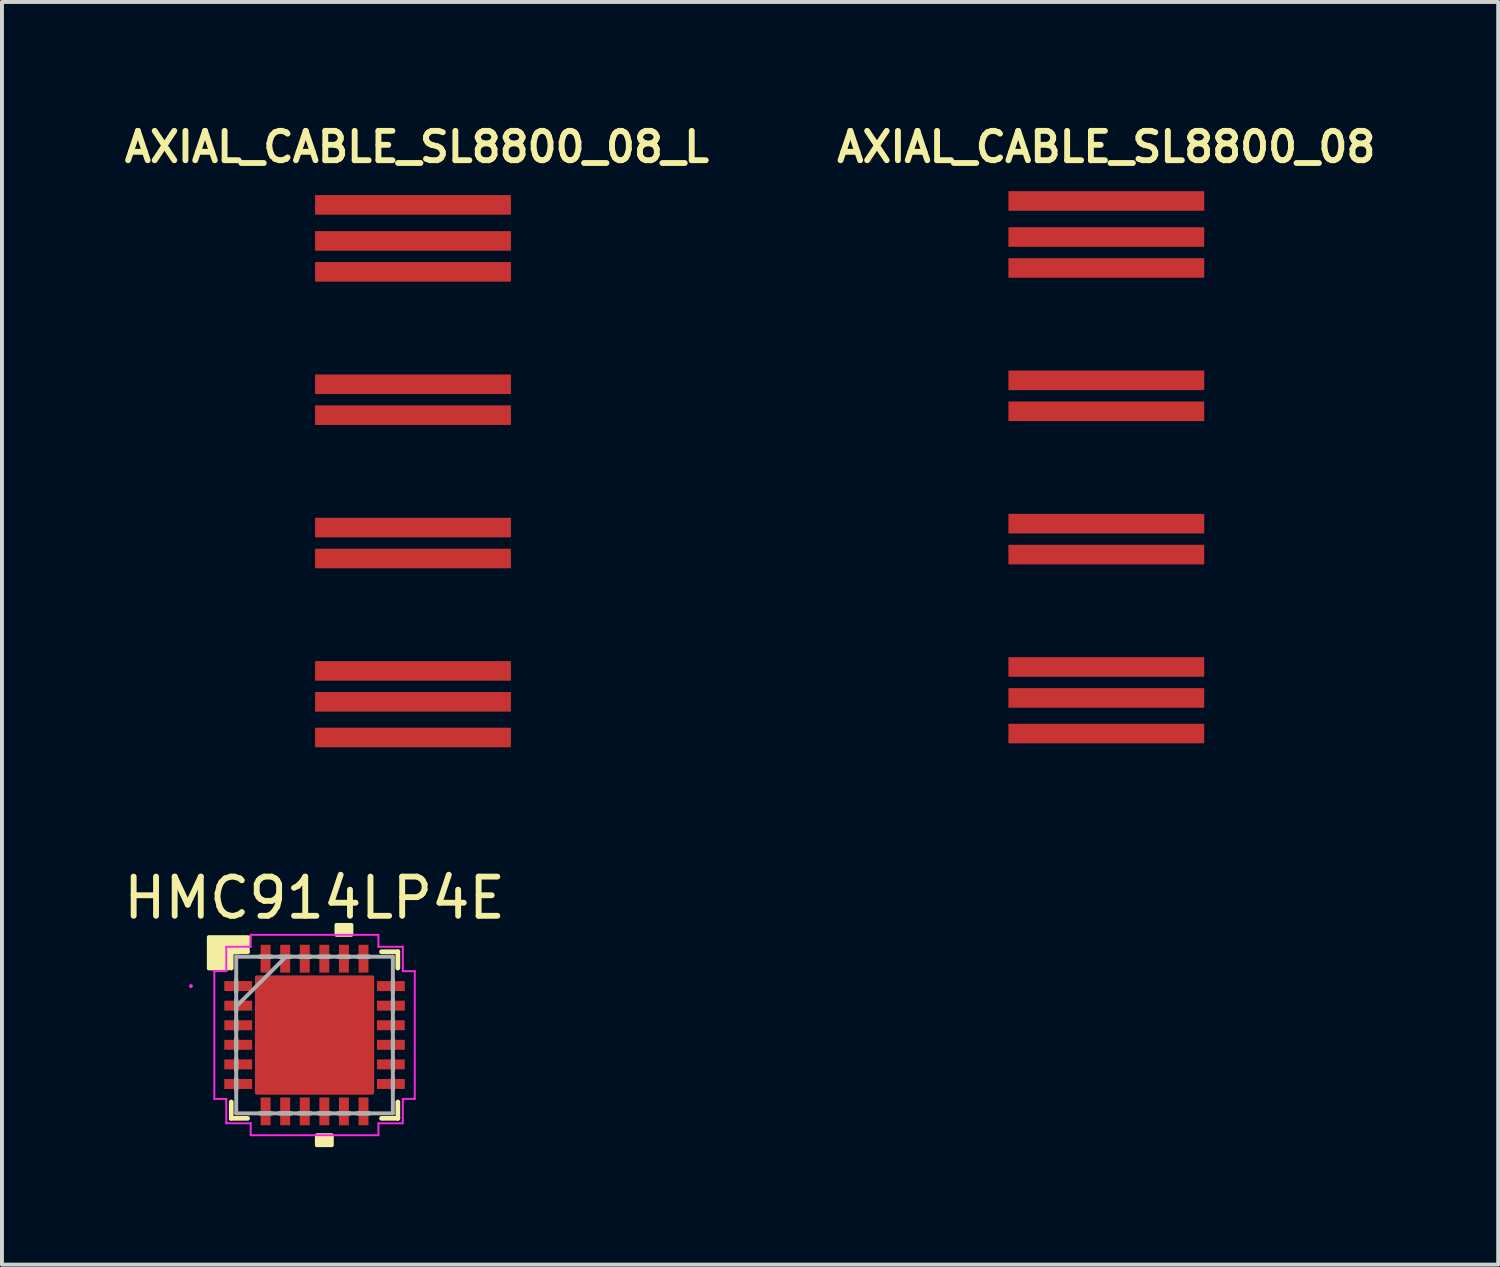
<source format=kicad_pcb>
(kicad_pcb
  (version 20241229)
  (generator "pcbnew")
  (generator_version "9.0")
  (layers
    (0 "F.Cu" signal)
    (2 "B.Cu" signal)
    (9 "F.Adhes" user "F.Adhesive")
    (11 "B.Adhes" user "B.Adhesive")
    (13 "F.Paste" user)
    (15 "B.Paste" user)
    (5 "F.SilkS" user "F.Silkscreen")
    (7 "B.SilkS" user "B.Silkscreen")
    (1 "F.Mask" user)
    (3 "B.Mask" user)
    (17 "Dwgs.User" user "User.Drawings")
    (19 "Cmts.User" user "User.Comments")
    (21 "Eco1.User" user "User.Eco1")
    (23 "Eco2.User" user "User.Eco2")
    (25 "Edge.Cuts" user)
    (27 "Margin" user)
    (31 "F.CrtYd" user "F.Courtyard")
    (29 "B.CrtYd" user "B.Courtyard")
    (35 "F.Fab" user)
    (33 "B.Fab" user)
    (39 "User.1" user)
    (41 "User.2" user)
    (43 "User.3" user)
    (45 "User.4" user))
  (footprint "AXIAL_CABLE_SL8800_08"
    (layer "F.Cu")
    (at 25.2 3.002)
    (property "Reference" "AXIAL_CABLE_SL8800_08" (at 0 -2.3 0) (layer "F.SilkS") (effects (font (size 0.75 0.75) (thickness 0.15))))
    (attr through_hole)
    (pad "1" smd rect (at 0 0 270) (size 0.5 5) (layers "F.Cu" "F.Mask" "F.Paste"))
    (pad "2" smd rect (at 0 0.79 270) (size 0.5 5) (layers "F.Cu" "F.Mask" "F.Paste"))
    (pad "3" smd rect (at 0 3.66 270) (size 0.5 5) (layers "F.Cu" "F.Mask" "F.Paste"))
    (pad "4" smd rect (at 0 4.45 270) (size 0.5 5) (layers "F.Cu" "F.Mask" "F.Paste"))
    (pad "5" smd rect (at 0 7.32 270) (size 0.5 5) (layers "F.Cu" "F.Mask" "F.Paste"))
    (pad "6" smd rect (at 0 8.11 270) (size 0.5 5) (layers "F.Cu" "F.Mask" "F.Paste"))
    (pad "7" smd rect (at 0 10.98 270) (size 0.5 5) (layers "F.Cu" "F.Mask" "F.Paste"))
    (pad "8" smd rect (at 0 11.77 270) (size 0.5 5) (layers "F.Cu" "F.Mask" "F.Paste"))
    (pad "M" smd rect (at 0 -0.92 270) (size 0.5 5) (layers "F.Cu" "F.Mask" "F.Paste"))
    (pad "M" smd rect (at 0 12.68 270) (size 0.5 5) (layers "F.Cu" "F.Mask" "F.Paste")))
  (footprint "AXIAL_CABLE_SL8800_08_L"
    (layer "F.Cu")
    (at 7.496 3.102)
    (property "Reference" "AXIAL_CABLE_SL8800_08_L" (at 0.1 -2.4 0) (layer "F.SilkS") (effects (font (size 0.75 0.75) (thickness 0.15))))
    (attr through_hole)
    (pad "1" smd rect (at 0 0 270) (size 0.5 5) (layers "F.Cu" "F.Mask" "F.Paste"))
    (pad "2" smd rect (at 0 0.79 270) (size 0.5 5) (layers "F.Cu" "F.Mask" "F.Paste"))
    (pad "3" smd rect (at 0 3.66 270) (size 0.5 5) (layers "F.Cu" "F.Mask" "F.Paste"))
    (pad "4" smd rect (at 0 4.45 270) (size 0.5 5) (layers "F.Cu" "F.Mask" "F.Paste"))
    (pad "5" smd rect (at 0 7.32 270) (size 0.5 5) (layers "F.Cu" "F.Mask" "F.Paste"))
    (pad "6" smd rect (at 0 8.11 270) (size 0.5 5) (layers "F.Cu" "F.Mask" "F.Paste"))
    (pad "7" smd rect (at 0 10.98 270) (size 0.5 5) (layers "F.Cu" "F.Mask" "F.Paste"))
    (pad "8" smd rect (at 0 11.77 270) (size 0.5 5) (layers "F.Cu" "F.Mask" "F.Paste"))
    (pad "M1" smd rect (at 0 -0.92 270) (size 0.5 5) (layers "F.Cu" "F.Mask" "F.Paste"))
    (pad "M2" smd rect (at 0 12.68 270) (size 0.5 5) (layers "F.Cu" "F.Mask" "F.Paste")))
  (footprint "HMC914LP4E"
    (layer "F.Cu")
    (at 4.982 23.38)
    (property "Reference" "HMC914LP4E" (at 0 -3.5 0) (layer "F.SilkS") (effects (font (size 1 1) (thickness 0.15))))
    (attr through_hole)
    (fp_poly (pts (xy -1.473 -1.473) (xy 1.473 -1.473) (xy 1.473 1.473) (xy -1.473 1.473)) (stroke (width 0.1) (type solid)) (fill yes) (layer "F.Cu"))
    (fp_poly (pts (xy -1.473 -1.473) (xy 1.473 -1.473) (xy 1.473 1.473) (xy -1.473 1.473)) (stroke (width 0.1) (type solid)) (fill yes) (layer "F.Mask"))
    (fp_line (start -2.127 -2.127) (end -2.127 -1.71) (stroke (width 0.12) (type solid)) (layer "F.SilkS"))
    (fp_line (start -2.127 1.71) (end -2.127 2.127) (stroke (width 0.12) (type solid)) (layer "F.SilkS"))
    (fp_line (start -2.127 2.127) (end -1.71 2.127) (stroke (width 0.12) (type solid)) (layer "F.SilkS"))
    (fp_line (start -1.71 -2.127) (end -2.127 -2.127) (stroke (width 0.12) (type solid)) (layer "F.SilkS"))
    (fp_line (start 1.71 2.127) (end 2.127 2.127) (stroke (width 0.12) (type solid)) (layer "F.SilkS"))
    (fp_line (start 2.127 -2.127) (end 1.71 -2.127) (stroke (width 0.12) (type solid)) (layer "F.SilkS"))
    (fp_line (start 2.127 -1.71) (end 2.127 -2.127) (stroke (width 0.12) (type solid)) (layer "F.SilkS"))
    (fp_line (start 2.127 2.127) (end 2.127 1.71) (stroke (width 0.12) (type solid)) (layer "F.SilkS"))
    (fp_poly (pts (xy 0.059 2.559) (xy 0.059 2.813) (xy 0.441 2.813) (xy 0.441 2.559)) (stroke (width 0.1) (type solid)) (fill yes) (layer "F.SilkS"))
    (fp_poly (pts (xy 0.56 -2.559) (xy 0.56 -2.813) (xy 0.941 -2.813) (xy 0.941 -2.559)) (stroke (width 0.1) (type solid)) (fill yes) (layer "F.SilkS"))
    (fp_poly (pts (xy -1.71 -2.127) (xy -2.2 -2.1) (xy -2.2 -1.7) (xy -2.7 -1.7) (xy -2.7 -2.5) (xy -1.7 -2.5)) (stroke (width 0.1) (type solid)) (fill yes) (layer "F.SilkS"))
    (fp_poly (pts (xy -1.473 -1.473) (xy 1.473 -1.473) (xy 1.473 1.473) (xy -1.473 1.473)) (stroke (width 0.1) (type solid)) (fill yes) (layer "F.Paste"))
    (fp_line (start -2.559 -1.631) (end -2.254 -1.631) (stroke (width 0.05) (type solid)) (layer "F.CrtYd"))
    (fp_line (start -2.559 1.631) (end -2.559 -1.631) (stroke (width 0.05) (type solid)) (layer "F.CrtYd"))
    (fp_line (start -2.254 -2.254) (end -1.631 -2.254) (stroke (width 0.05) (type solid)) (layer "F.CrtYd"))
    (fp_line (start -2.254 -1.631) (end -2.254 -2.254) (stroke (width 0.05) (type solid)) (layer "F.CrtYd"))
    (fp_line (start -2.254 1.631) (end -2.559 1.631) (stroke (width 0.05) (type solid)) (layer "F.CrtYd"))
    (fp_line (start -2.254 2.254) (end -2.254 1.631) (stroke (width 0.05) (type solid)) (layer "F.CrtYd"))
    (fp_line (start -1.631 -2.559) (end 1.631 -2.559) (stroke (width 0.05) (type solid)) (layer "F.CrtYd"))
    (fp_line (start -1.631 -2.254) (end -1.631 -2.559) (stroke (width 0.05) (type solid)) (layer "F.CrtYd"))
    (fp_line (start -1.631 2.254) (end -2.254 2.254) (stroke (width 0.05) (type solid)) (layer "F.CrtYd"))
    (fp_line (start -1.631 2.559) (end -1.631 2.254) (stroke (width 0.05) (type solid)) (layer "F.CrtYd"))
    (fp_line (start 1.631 -2.559) (end 1.631 -2.254) (stroke (width 0.05) (type solid)) (layer "F.CrtYd"))
    (fp_line (start 1.631 -2.254) (end 2.254 -2.254) (stroke (width 0.05) (type solid)) (layer "F.CrtYd"))
    (fp_line (start 1.631 2.254) (end 1.631 2.559) (stroke (width 0.05) (type solid)) (layer "F.CrtYd"))
    (fp_line (start 1.631 2.559) (end -1.631 2.559) (stroke (width 0.05) (type solid)) (layer "F.CrtYd"))
    (fp_line (start 2.254 -2.254) (end 2.254 -1.631) (stroke (width 0.05) (type solid)) (layer "F.CrtYd"))
    (fp_line (start 2.254 -1.631) (end 2.559 -1.631) (stroke (width 0.05) (type solid)) (layer "F.CrtYd"))
    (fp_line (start 2.254 1.631) (end 2.254 2.254) (stroke (width 0.05) (type solid)) (layer "F.CrtYd"))
    (fp_line (start 2.254 2.254) (end 1.631 2.254) (stroke (width 0.05) (type solid)) (layer "F.CrtYd"))
    (fp_line (start 2.559 -1.631) (end 2.559 1.631) (stroke (width 0.05) (type solid)) (layer "F.CrtYd"))
    (fp_line (start 2.559 1.631) (end 2.254 1.631) (stroke (width 0.05) (type solid)) (layer "F.CrtYd"))
    (fp_circle (center -3.156 -1.25) (end -3.156 -1.25) (stroke (width 0.05) (type solid)) (fill no) (layer "F.CrtYd"))
    (fp_line (start -2 -2) (end -2 2) (stroke (width 0.1) (type solid)) (layer "F.Fab"))
    (fp_line (start -2 -1.402) (end -2 -1.402) (stroke (width 0.1) (type solid)) (layer "F.Fab"))
    (fp_line (start -2 -1.402) (end -2 -1.098) (stroke (width 0.1) (type solid)) (layer "F.Fab"))
    (fp_line (start -2 -1.098) (end -2 -1.402) (stroke (width 0.1) (type solid)) (layer "F.Fab"))
    (fp_line (start -2 -1.098) (end -2 -1.098) (stroke (width 0.1) (type solid)) (layer "F.Fab"))
    (fp_line (start -2 -0.902) (end -2 -0.902) (stroke (width 0.1) (type solid)) (layer "F.Fab"))
    (fp_line (start -2 -0.902) (end -2 -0.598) (stroke (width 0.1) (type solid)) (layer "F.Fab"))
    (fp_line (start -2 -0.73) (end -0.73 -2) (stroke (width 0.1) (type solid)) (layer "F.Fab"))
    (fp_line (start -2 -0.598) (end -2 -0.902) (stroke (width 0.1) (type solid)) (layer "F.Fab"))
    (fp_line (start -2 -0.598) (end -2 -0.598) (stroke (width 0.1) (type solid)) (layer "F.Fab"))
    (fp_line (start -2 -0.402) (end -2 -0.402) (stroke (width 0.1) (type solid)) (layer "F.Fab"))
    (fp_line (start -2 -0.402) (end -2 -0.098) (stroke (width 0.1) (type solid)) (layer "F.Fab"))
    (fp_line (start -2 -0.098) (end -2 -0.402) (stroke (width 0.1) (type solid)) (layer "F.Fab"))
    (fp_line (start -2 -0.098) (end -2 -0.098) (stroke (width 0.1) (type solid)) (layer "F.Fab"))
    (fp_line (start -2 0.098) (end -2 0.098) (stroke (width 0.1) (type solid)) (layer "F.Fab"))
    (fp_line (start -2 0.098) (end -2 0.402) (stroke (width 0.1) (type solid)) (layer "F.Fab"))
    (fp_line (start -2 0.402) (end -2 0.098) (stroke (width 0.1) (type solid)) (layer "F.Fab"))
    (fp_line (start -2 0.402) (end -2 0.402) (stroke (width 0.1) (type solid)) (layer "F.Fab"))
    (fp_line (start -2 0.598) (end -2 0.598) (stroke (width 0.1) (type solid)) (layer "F.Fab"))
    (fp_line (start -2 0.598) (end -2 0.902) (stroke (width 0.1) (type solid)) (layer "F.Fab"))
    (fp_line (start -2 0.902) (end -2 0.598) (stroke (width 0.1) (type solid)) (layer "F.Fab"))
    (fp_line (start -2 0.902) (end -2 0.902) (stroke (width 0.1) (type solid)) (layer "F.Fab"))
    (fp_line (start -2 1.098) (end -2 1.098) (stroke (width 0.1) (type solid)) (layer "F.Fab"))
    (fp_line (start -2 1.098) (end -2 1.402) (stroke (width 0.1) (type solid)) (layer "F.Fab"))
    (fp_line (start -2 1.402) (end -2 1.098) (stroke (width 0.1) (type solid)) (layer "F.Fab"))
    (fp_line (start -2 1.402) (end -2 1.402) (stroke (width 0.1) (type solid)) (layer "F.Fab"))
    (fp_line (start -2 2) (end 2 2) (stroke (width 0.1) (type solid)) (layer "F.Fab"))
    (fp_line (start -1.402 -2) (end -1.402 -2) (stroke (width 0.1) (type solid)) (layer "F.Fab"))
    (fp_line (start -1.402 -2) (end -1.098 -2) (stroke (width 0.1) (type solid)) (layer "F.Fab"))
    (fp_line (start -1.402 2) (end -1.402 2) (stroke (width 0.1) (type solid)) (layer "F.Fab"))
    (fp_line (start -1.402 2) (end -1.098 2) (stroke (width 0.1) (type solid)) (layer "F.Fab"))
    (fp_line (start -1.098 -2) (end -1.402 -2) (stroke (width 0.1) (type solid)) (layer "F.Fab"))
    (fp_line (start -1.098 -2) (end -1.098 -2) (stroke (width 0.1) (type solid)) (layer "F.Fab"))
    (fp_line (start -1.098 2) (end -1.402 2) (stroke (width 0.1) (type solid)) (layer "F.Fab"))
    (fp_line (start -1.098 2) (end -1.098 2) (stroke (width 0.1) (type solid)) (layer "F.Fab"))
    (fp_line (start -0.902 -2) (end -0.902 -2) (stroke (width 0.1) (type solid)) (layer "F.Fab"))
    (fp_line (start -0.902 -2) (end -0.598 -2) (stroke (width 0.1) (type solid)) (layer "F.Fab"))
    (fp_line (start -0.902 2) (end -0.902 2) (stroke (width 0.1) (type solid)) (layer "F.Fab"))
    (fp_line (start -0.902 2) (end -0.598 2) (stroke (width 0.1) (type solid)) (layer "F.Fab"))
    (fp_line (start -0.598 -2) (end -0.902 -2) (stroke (width 0.1) (type solid)) (layer "F.Fab"))
    (fp_line (start -0.598 -2) (end -0.598 -2) (stroke (width 0.1) (type solid)) (layer "F.Fab"))
    (fp_line (start -0.598 2) (end -0.902 2) (stroke (width 0.1) (type solid)) (layer "F.Fab"))
    (fp_line (start -0.598 2) (end -0.598 2) (stroke (width 0.1) (type solid)) (layer "F.Fab"))
    (fp_line (start -0.402 -2) (end -0.402 -2) (stroke (width 0.1) (type solid)) (layer "F.Fab"))
    (fp_line (start -0.402 -2) (end -0.098 -2) (stroke (width 0.1) (type solid)) (layer "F.Fab"))
    (fp_line (start -0.402 2) (end -0.402 2) (stroke (width 0.1) (type solid)) (layer "F.Fab"))
    (fp_line (start -0.402 2) (end -0.098 2) (stroke (width 0.1) (type solid)) (layer "F.Fab"))
    (fp_line (start -0.098 -2) (end -0.402 -2) (stroke (width 0.1) (type solid)) (layer "F.Fab"))
    (fp_line (start -0.098 -2) (end -0.098 -2) (stroke (width 0.1) (type solid)) (layer "F.Fab"))
    (fp_line (start -0.098 2) (end -0.402 2) (stroke (width 0.1) (type solid)) (layer "F.Fab"))
    (fp_line (start -0.098 2) (end -0.098 2) (stroke (width 0.1) (type solid)) (layer "F.Fab"))
    (fp_line (start 0.098 -2) (end 0.098 -2) (stroke (width 0.1) (type solid)) (layer "F.Fab"))
    (fp_line (start 0.098 -2) (end 0.402 -2) (stroke (width 0.1) (type solid)) (layer "F.Fab"))
    (fp_line (start 0.098 2) (end 0.098 2) (stroke (width 0.1) (type solid)) (layer "F.Fab"))
    (fp_line (start 0.098 2) (end 0.402 2) (stroke (width 0.1) (type solid)) (layer "F.Fab"))
    (fp_line (start 0.402 -2) (end 0.098 -2) (stroke (width 0.1) (type solid)) (layer "F.Fab"))
    (fp_line (start 0.402 -2) (end 0.402 -2) (stroke (width 0.1) (type solid)) (layer "F.Fab"))
    (fp_line (start 0.402 2) (end 0.098 2) (stroke (width 0.1) (type solid)) (layer "F.Fab"))
    (fp_line (start 0.402 2) (end 0.402 2) (stroke (width 0.1) (type solid)) (layer "F.Fab"))
    (fp_line (start 0.598 -2) (end 0.598 -2) (stroke (width 0.1) (type solid)) (layer "F.Fab"))
    (fp_line (start 0.598 -2) (end 0.902 -2) (stroke (width 0.1) (type solid)) (layer "F.Fab"))
    (fp_line (start 0.598 2) (end 0.598 2) (stroke (width 0.1) (type solid)) (layer "F.Fab"))
    (fp_line (start 0.598 2) (end 0.902 2) (stroke (width 0.1) (type solid)) (layer "F.Fab"))
    (fp_line (start 0.902 -2) (end 0.598 -2) (stroke (width 0.1) (type solid)) (layer "F.Fab"))
    (fp_line (start 0.902 -2) (end 0.902 -2) (stroke (width 0.1) (type solid)) (layer "F.Fab"))
    (fp_line (start 0.902 2) (end 0.598 2) (stroke (width 0.1) (type solid)) (layer "F.Fab"))
    (fp_line (start 0.902 2) (end 0.902 2) (stroke (width 0.1) (type solid)) (layer "F.Fab"))
    (fp_line (start 1.098 -2) (end 1.098 -2) (stroke (width 0.1) (type solid)) (layer "F.Fab"))
    (fp_line (start 1.098 -2) (end 1.402 -2) (stroke (width 0.1) (type solid)) (layer "F.Fab"))
    (fp_line (start 1.098 2) (end 1.098 2) (stroke (width 0.1) (type solid)) (layer "F.Fab"))
    (fp_line (start 1.098 2) (end 1.402 2) (stroke (width 0.1) (type solid)) (layer "F.Fab"))
    (fp_line (start 1.402 -2) (end 1.098 -2) (stroke (width 0.1) (type solid)) (layer "F.Fab"))
    (fp_line (start 1.402 -2) (end 1.402 -2) (stroke (width 0.1) (type solid)) (layer "F.Fab"))
    (fp_line (start 1.402 2) (end 1.098 2) (stroke (width 0.1) (type solid)) (layer "F.Fab"))
    (fp_line (start 1.402 2) (end 1.402 2) (stroke (width 0.1) (type solid)) (layer "F.Fab"))
    (fp_line (start 2 -2) (end -2 -2) (stroke (width 0.1) (type solid)) (layer "F.Fab"))
    (fp_line (start 2 -1.402) (end 2 -1.402) (stroke (width 0.1) (type solid)) (layer "F.Fab"))
    (fp_line (start 2 -1.402) (end 2 -1.098) (stroke (width 0.1) (type solid)) (layer "F.Fab"))
    (fp_line (start 2 -1.098) (end 2 -1.402) (stroke (width 0.1) (type solid)) (layer "F.Fab"))
    (fp_line (start 2 -1.098) (end 2 -1.098) (stroke (width 0.1) (type solid)) (layer "F.Fab"))
    (fp_line (start 2 -0.902) (end 2 -0.902) (stroke (width 0.1) (type solid)) (layer "F.Fab"))
    (fp_line (start 2 -0.902) (end 2 -0.598) (stroke (width 0.1) (type solid)) (layer "F.Fab"))
    (fp_line (start 2 -0.598) (end 2 -0.902) (stroke (width 0.1) (type solid)) (layer "F.Fab"))
    (fp_line (start 2 -0.598) (end 2 -0.598) (stroke (width 0.1) (type solid)) (layer "F.Fab"))
    (fp_line (start 2 -0.402) (end 2 -0.402) (stroke (width 0.1) (type solid)) (layer "F.Fab"))
    (fp_line (start 2 -0.402) (end 2 -0.098) (stroke (width 0.1) (type solid)) (layer "F.Fab"))
    (fp_line (start 2 -0.098) (end 2 -0.402) (stroke (width 0.1) (type solid)) (layer "F.Fab"))
    (fp_line (start 2 -0.098) (end 2 -0.098) (stroke (width 0.1) (type solid)) (layer "F.Fab"))
    (fp_line (start 2 0.098) (end 2 0.098) (stroke (width 0.1) (type solid)) (layer "F.Fab"))
    (fp_line (start 2 0.098) (end 2 0.402) (stroke (width 0.1) (type solid)) (layer "F.Fab"))
    (fp_line (start 2 0.402) (end 2 0.098) (stroke (width 0.1) (type solid)) (layer "F.Fab"))
    (fp_line (start 2 0.402) (end 2 0.402) (stroke (width 0.1) (type solid)) (layer "F.Fab"))
    (fp_line (start 2 0.598) (end 2 0.598) (stroke (width 0.1) (type solid)) (layer "F.Fab"))
    (fp_line (start 2 0.598) (end 2 0.902) (stroke (width 0.1) (type solid)) (layer "F.Fab"))
    (fp_line (start 2 0.902) (end 2 0.598) (stroke (width 0.1) (type solid)) (layer "F.Fab"))
    (fp_line (start 2 0.902) (end 2 0.902) (stroke (width 0.1) (type solid)) (layer "F.Fab"))
    (fp_line (start 2 1.098) (end 2 1.098) (stroke (width 0.1) (type solid)) (layer "F.Fab"))
    (fp_line (start 2 1.098) (end 2 1.402) (stroke (width 0.1) (type solid)) (layer "F.Fab"))
    (fp_line (start 2 1.402) (end 2 1.098) (stroke (width 0.1) (type solid)) (layer "F.Fab"))
    (fp_line (start 2 1.402) (end 2 1.402) (stroke (width 0.1) (type solid)) (layer "F.Fab"))
    (fp_line (start 2 2) (end 2 -2) (stroke (width 0.1) (type solid)) (layer "F.Fab"))
    (pad "1" smd rect (at -1.949 -1.25 90) (size 0.254 0.711) (layers "F.Cu" "F.Mask" "F.Paste"))
    (pad "2" smd rect (at -1.949 -0.75 90) (size 0.254 0.711) (layers "F.Cu" "F.Mask" "F.Paste"))
    (pad "3" smd rect (at -1.949 -0.25 90) (size 0.254 0.711) (layers "F.Cu" "F.Mask" "F.Paste"))
    (pad "4" smd rect (at -1.949 0.25 90) (size 0.254 0.711) (layers "F.Cu" "F.Mask" "F.Paste"))
    (pad "5" smd rect (at -1.949 0.75 90) (size 0.254 0.711) (layers "F.Cu" "F.Mask" "F.Paste"))
    (pad "6" smd rect (at -1.949 1.25 90) (size 0.254 0.711) (layers "F.Cu" "F.Mask" "F.Paste"))
    (pad "7" smd rect (at -1.25 1.949) (size 0.254 0.711) (layers "F.Cu" "F.Mask" "F.Paste"))
    (pad "8" smd rect (at -0.75 1.949) (size 0.254 0.711) (layers "F.Cu" "F.Mask" "F.Paste"))
    (pad "9" smd rect (at -0.25 1.949) (size 0.254 0.711) (layers "F.Cu" "F.Mask" "F.Paste"))
    (pad "10" smd rect (at 0.25 1.949) (size 0.254 0.711) (layers "F.Cu" "F.Mask" "F.Paste"))
    (pad "11" smd rect (at 0.75 1.949) (size 0.254 0.711) (layers "F.Cu" "F.Mask" "F.Paste"))
    (pad "12" smd rect (at 1.25 1.949) (size 0.254 0.711) (layers "F.Cu" "F.Mask" "F.Paste"))
    (pad "13" smd rect (at 1.949 1.25 90) (size 0.254 0.711) (layers "F.Cu" "F.Mask" "F.Paste"))
    (pad "14" smd rect (at 1.949 0.75 90) (size 0.254 0.711) (layers "F.Cu" "F.Mask" "F.Paste"))
    (pad "15" smd rect (at 1.949 0.25 90) (size 0.254 0.711) (layers "F.Cu" "F.Mask" "F.Paste"))
    (pad "16" smd rect (at 1.949 -0.25 90) (size 0.254 0.711) (layers "F.Cu" "F.Mask" "F.Paste"))
    (pad "17" smd rect (at 1.949 -0.75 90) (size 0.254 0.711) (layers "F.Cu" "F.Mask" "F.Paste"))
    (pad "18" smd rect (at 1.949 -1.25 90) (size 0.254 0.711) (layers "F.Cu" "F.Mask" "F.Paste"))
    (pad "19" smd rect (at 1.25 -1.949) (size 0.254 0.711) (layers "F.Cu" "F.Mask" "F.Paste"))
    (pad "20" smd rect (at 0.75 -1.949) (size 0.254 0.711) (layers "F.Cu" "F.Mask" "F.Paste"))
    (pad "21" smd rect (at 0.25 -1.949) (size 0.254 0.711) (layers "F.Cu" "F.Mask" "F.Paste"))
    (pad "22" smd rect (at -0.25 -1.949) (size 0.254 0.711) (layers "F.Cu" "F.Mask" "F.Paste"))
    (pad "23" smd rect (at -0.75 -1.949) (size 0.254 0.711) (layers "F.Cu" "F.Mask" "F.Paste"))
    (pad "24" smd rect (at -1.25 -1.949) (size 0.254 0.711) (layers "F.Cu" "F.Mask" "F.Paste")))
  (gr_rect
    (start -3 -3)
    (end 35.207 29.243)
    (stroke (width 0.1) (type default))
    (fill no)
    (layer "Edge.Cuts")))
</source>
